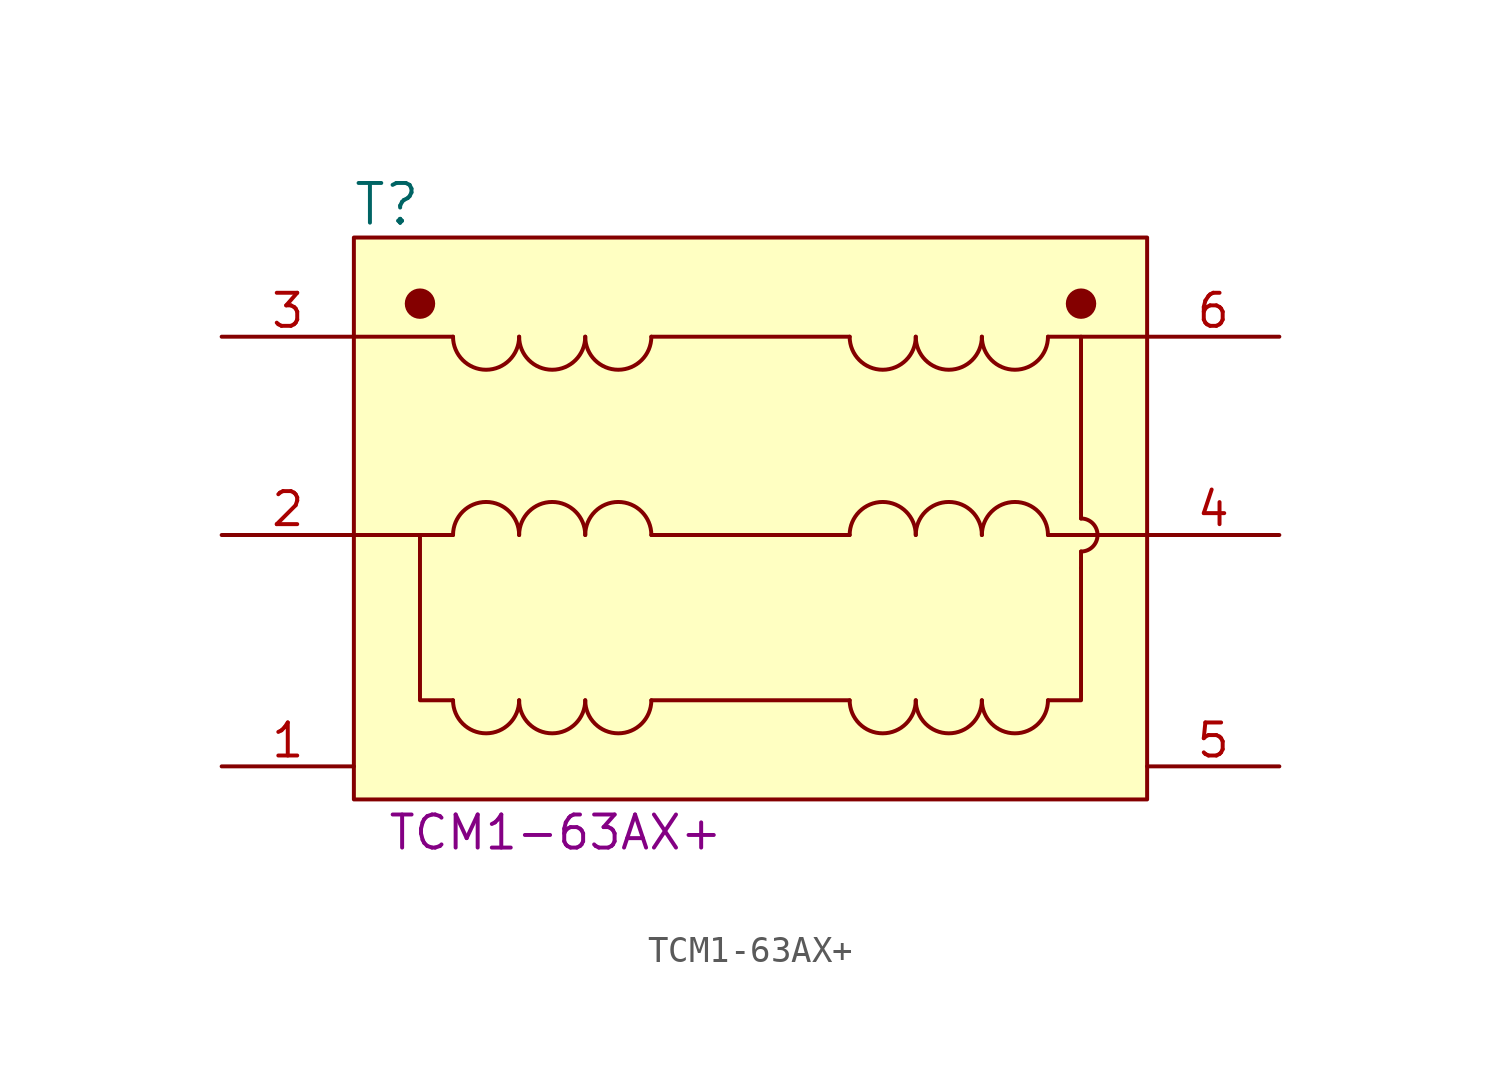
<source format=kicad_sym>
(kicad_symbol_lib
  (version 20211014)
  (generator kicad_symbol_editor)
  (symbol "TCM1-63AX+"
    (pin_names
      (offset 1.016) hide)
    (property "Reference" "T"
      (at -13.97 17.78 0)
      (effects (font (size 1.524 1.524))))
    (property "Displayed Value" "TCM1-63AX+"
      (at -13.97 -6.35 0)
      (effects (font (size 1.27 1.27)) (justify left)))
    (symbol "TCM1-63AX+_0_1"
      (circle (center -12.7 13.97) (radius 0.508) (stroke (width 0) (type default) (color 0 0 0 0)) (fill (type outline)))
      (arc (start -11.43 -1.27) (mid -10.16 -2.54) (end -8.89 -1.27) (stroke (width 0) (type default) (color 0 0 0 0)) (fill (type none)))
      (arc (start -11.43 12.7) (mid -10.16 11.43) (end -8.89 12.7) (stroke (width 0) (type default) (color 0 0 0 0)) (fill (type none)))
      (arc (start -8.89 -1.27) (mid -7.62 -2.54) (end -6.35 -1.27) (stroke (width 0) (type default) (color 0 0 0 0)) (fill (type none)))
      (arc (start -8.89 5.08) (mid -10.16 6.35) (end -11.43 5.08) (stroke (width 0) (type default) (color 0 0 0 0)) (fill (type none)))
      (arc (start -8.89 12.7) (mid -7.62 11.43) (end -6.35 12.7) (stroke (width 0) (type default) (color 0 0 0 0)) (fill (type none)))
      (arc (start -6.35 -1.27) (mid -5.08 -2.54) (end -3.81 -1.27) (stroke (width 0) (type default) (color 0 0 0 0)) (fill (type none)))
      (arc (start -6.35 5.08) (mid -7.62 6.35) (end -8.89 5.08) (stroke (width 0) (type default) (color 0 0 0 0)) (fill (type none)))
      (arc (start -6.35 12.7) (mid -5.08 11.43) (end -3.81 12.7) (stroke (width 0) (type default) (color 0 0 0 0)) (fill (type none)))
      (arc (start -3.81 5.08) (mid -5.08 6.35) (end -6.35 5.08) (stroke (width 0) (type default) (color 0 0 0 0)) (fill (type none)))
      (polyline (pts (xy -15.24 12.7) (xy -11.43 12.7)) (stroke (width 0) (type default) (color 0 0 0 0)) (fill (type none)))
      (polyline (pts (xy -11.43 5.08) (xy -15.24 5.08)) (stroke (width 0) (type default) (color 0 0 0 0)) (fill (type none)))
      (polyline (pts (xy -3.81 -1.27) (xy 3.81 -1.27)) (stroke (width 0) (type default) (color 0 0 0 0)) (fill (type none)))
      (polyline (pts (xy -3.81 5.08) (xy 3.81 5.08)) (stroke (width 0) (type default) (color 0 0 0 0)) (fill (type none)))
      (polyline (pts (xy -3.81 12.7) (xy 3.81 12.7)) (stroke (width 0) (type default) (color 0 0 0 0)) (fill (type none)))
      (polyline (pts (xy 12.7 3.81) (xy 12.7 4.445)) (stroke (width 0) (type default) (color 0 0 0 0)) (fill (type none)))
      (polyline (pts (xy 12.7 6.35) (xy 12.7 5.715)) (stroke (width 0) (type default) (color 0 0 0 0)) (fill (type none)))
      (polyline (pts (xy 12.7 6.35) (xy 12.7 12.7)) (stroke (width 0) (type default) (color 0 0 0 0)) (fill (type none)))
      (polyline (pts (xy 15.24 5.08) (xy 11.43 5.08)) (stroke (width 0) (type default) (color 0 0 0 0)) (fill (type none)))
      (polyline (pts (xy 15.24 12.7) (xy 11.43 12.7)) (stroke (width 0) (type default) (color 0 0 0 0)) (fill (type none)))
      (polyline (pts (xy -12.7 5.08) (xy -12.7 -1.27) (xy -11.43 -1.27)) (stroke (width 0) (type default) (color 0 0 0 0)) (fill (type none)))
      (polyline (pts (xy 11.43 -1.27) (xy 12.7 -1.27) (xy 12.7 3.81)) (stroke (width 0) (type default) (color 0 0 0 0)) (fill (type none)))
      (arc (start 3.81 -1.27) (mid 5.08 -2.54) (end 6.35 -1.27) (stroke (width 0) (type default) (color 0 0 0 0)) (fill (type none)))
      (arc (start 3.81 12.7) (mid 5.08 11.43) (end 6.35 12.7) (stroke (width 0) (type default) (color 0 0 0 0)) (fill (type none)))
      (arc (start 6.35 -1.27) (mid 7.62 -2.54) (end 8.89 -1.27) (stroke (width 0) (type default) (color 0 0 0 0)) (fill (type none)))
      (arc (start 6.35 5.08) (mid 5.08 6.35) (end 3.81 5.08) (stroke (width 0) (type default) (color 0 0 0 0)) (fill (type none)))
      (arc (start 6.35 12.7) (mid 7.62 11.43) (end 8.89 12.7) (stroke (width 0) (type default) (color 0 0 0 0)) (fill (type none)))
      (arc (start 8.89 -1.27) (mid 10.16 -2.54) (end 11.43 -1.27) (stroke (width 0) (type default) (color 0 0 0 0)) (fill (type none)))
      (arc (start 8.89 5.08) (mid 7.62 6.35) (end 6.35 5.08) (stroke (width 0) (type default) (color 0 0 0 0)) (fill (type none)))
      (arc (start 8.89 12.7) (mid 10.16 11.43) (end 11.43 12.7) (stroke (width 0) (type default) (color 0 0 0 0)) (fill (type none)))
      (arc (start 11.43 5.08) (mid 10.16 6.35) (end 8.89 5.08) (stroke (width 0) (type default) (color 0 0 0 0)) (fill (type none)))
      (arc (start 12.7 4.445) (mid 13.335 5.08) (end 12.7 5.715) (stroke (width 0) (type default) (color 0 0 0 0)) (fill (type none)))
      (circle (center 12.7 13.97) (radius 0.508) (stroke (width 0) (type default) (color 0 0 0 0)) (fill (type outline)))
      (rectangle (start 15.24 16.51) (end -15.24 -5.08) (stroke (width 0) (type default) (color 0 0 0 0)) (fill (type background))))
    (symbol "TCM1-63AX+_1_1"
      (pin passive line (at -20.32 -3.81 0) (length 5.08) (name "NC" (effects (font (size 1.27 1.27)))) (number "1" (effects (font (size 1.27 1.27)))))
      (pin input line (at -20.32 5.08 0) (length 5.08) (name "p" (effects (font (size 1.27 1.27)))) (number "2" (effects (font (size 1.27 1.27)))))
      (pin input line (at -20.32 12.7 0) (length 5.08) (name "Pd" (effects (font (size 1.27 1.27)))) (number "3" (effects (font (size 1.27 1.27)))))
      (pin passive line (at 20.32 5.08 180) (length 5.08) (name "S" (effects (font (size 1.27 1.27)))) (number "4" (effects (font (size 1.27 1.27)))))
      (pin passive line (at 20.32 -3.81 180) (length 5.08) (name "NC" (effects (font (size 1.27 1.27)))) (number "5" (effects (font (size 1.27 1.27)))))
      (pin passive line (at 20.32 12.7 180) (length 5.08) (name "Sd" (effects (font (size 1.27 1.27)))) (number "6" (effects (font (size 1.27 1.27))))))))
</source>
